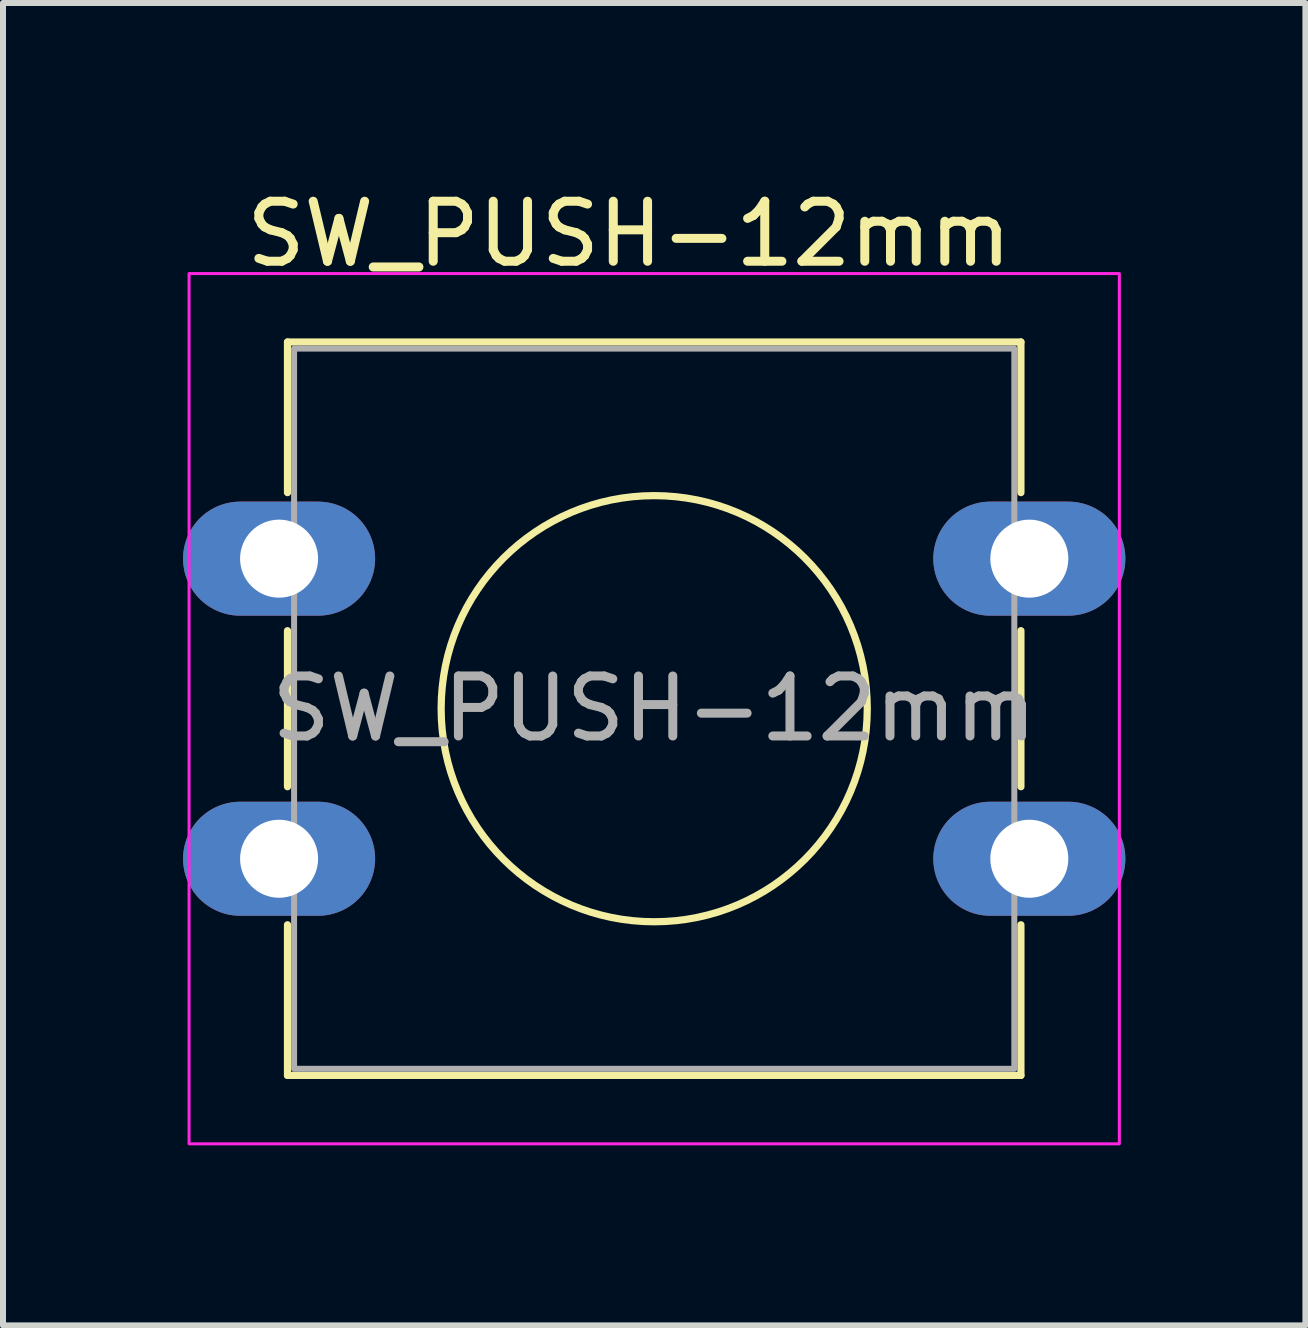
<source format=kicad_pcb>
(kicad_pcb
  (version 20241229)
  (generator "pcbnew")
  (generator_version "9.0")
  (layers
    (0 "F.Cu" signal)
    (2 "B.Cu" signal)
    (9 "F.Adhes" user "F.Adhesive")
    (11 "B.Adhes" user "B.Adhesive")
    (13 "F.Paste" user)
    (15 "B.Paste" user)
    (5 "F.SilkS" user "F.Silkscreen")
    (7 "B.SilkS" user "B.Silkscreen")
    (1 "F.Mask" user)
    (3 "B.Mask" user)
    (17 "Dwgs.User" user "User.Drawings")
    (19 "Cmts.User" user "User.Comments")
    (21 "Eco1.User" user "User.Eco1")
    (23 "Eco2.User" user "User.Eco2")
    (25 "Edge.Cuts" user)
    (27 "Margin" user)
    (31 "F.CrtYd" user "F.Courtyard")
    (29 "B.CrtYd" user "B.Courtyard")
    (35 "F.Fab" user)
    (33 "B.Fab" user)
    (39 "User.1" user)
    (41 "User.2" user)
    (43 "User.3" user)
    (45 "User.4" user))
  (footprint "SW_PUSH-12mm"
    (layer "F.Cu")
    (at 1.6 6.258)
    (property "Reference" "SW_PUSH-12mm" (at 5.83 -5.41 0) (layer "F.SilkS") (effects (font (size 1 1) (thickness 0.15))))
    (attr through_hole)
    (fp_line (start 0.14 -3.61) (end 0.14 -1.1) (stroke (width 0.12) (type default)) (layer "F.SilkS"))
    (fp_line (start 0.14 -3.61) (end 12.36 -3.61) (stroke (width 0.12) (type default)) (layer "F.SilkS"))
    (fp_line (start 0.14 1.2) (end 0.14 3.8) (stroke (width 0.12) (type default)) (layer "F.SilkS"))
    (fp_line (start 0.14 6.1) (end 0.14 8.61) (stroke (width 0.12) (type default)) (layer "F.SilkS"))
    (fp_line (start 12.36 -3.61) (end 12.36 -1.1) (stroke (width 0.12) (type default)) (layer "F.SilkS"))
    (fp_line (start 12.36 1.2) (end 12.36 3.8) (stroke (width 0.12) (type default)) (layer "F.SilkS"))
    (fp_line (start 12.36 6.1) (end 12.36 8.61) (stroke (width 0.12) (type default)) (layer "F.SilkS"))
    (fp_line (start 12.36 8.61) (end 0.14 8.61) (stroke (width 0.12) (type default)) (layer "F.SilkS"))
    (fp_circle (center 6.25 2.5) (end 9.8 2.5) (stroke (width 0.12) (type default)) (fill no) (layer "F.SilkS"))
    (fp_rect (start -1.5 -4.75) (end 14 9.75) (stroke (width 0.05) (type default)) (fill no) (layer "F.CrtYd"))
    (fp_rect (start 0.25 -3.5) (end 12.25 8.5) (stroke (width 0.1) (type default)) (fill no) (layer "F.Fab"))
    (fp_text user "${REFERENCE}" (at 6.25 2.5 0) (layer "F.Fab") (effects (font (size 1 1) (thickness 0.15))))
    (pad "1" thru_hole oval (at 0 0) (size 3.2 1.9) (drill 1.3) (layers "*.Cu" "*.Mask"))
    (pad "2" thru_hole oval (at 0 5) (size 3.2 1.9) (drill 1.3) (layers "*.Cu" "*.Mask"))
    (pad "3" thru_hole oval (at 12.5 0) (size 3.2 1.9) (drill 1.3) (layers "*.Cu" "*.Mask"))
    (pad "4" thru_hole oval (at 12.5 5) (size 3.2 1.9) (drill 1.3) (layers "*.Cu" "*.Mask")))
  (gr_rect
    (start -3 -3)
    (end 18.7 19.033)
    (stroke (width 0.1) (type default))
    (fill no)
    (layer "Edge.Cuts")))
</source>
